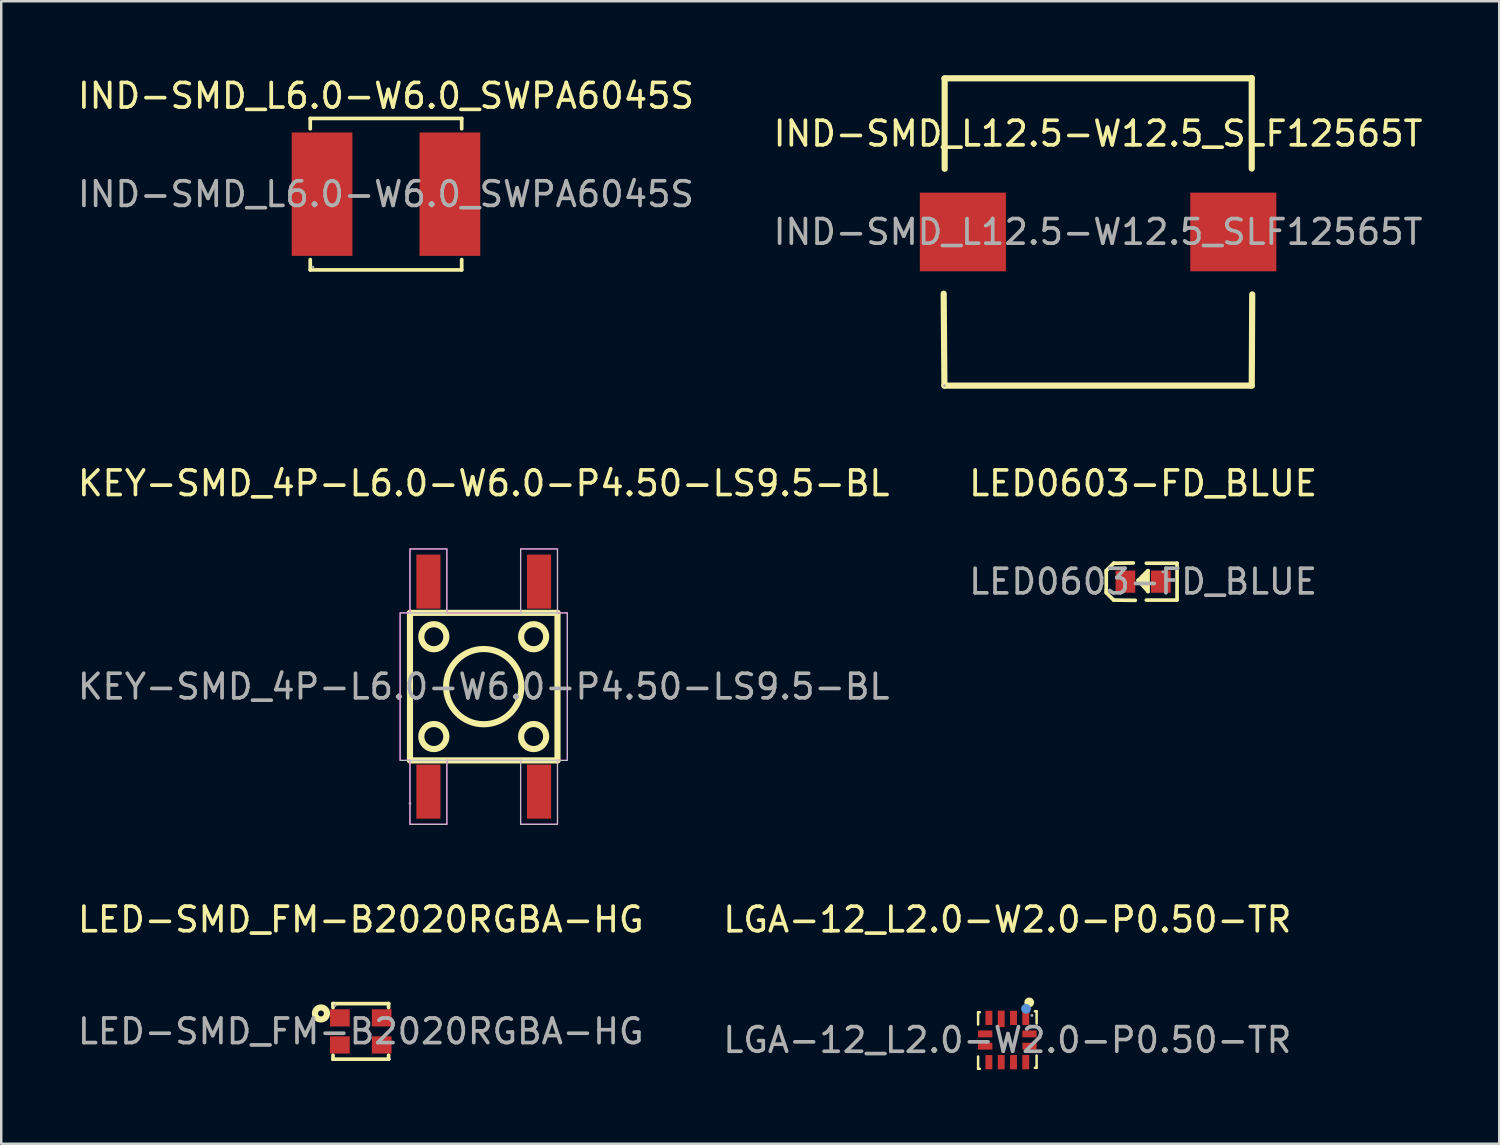
<source format=kicad_pcb>
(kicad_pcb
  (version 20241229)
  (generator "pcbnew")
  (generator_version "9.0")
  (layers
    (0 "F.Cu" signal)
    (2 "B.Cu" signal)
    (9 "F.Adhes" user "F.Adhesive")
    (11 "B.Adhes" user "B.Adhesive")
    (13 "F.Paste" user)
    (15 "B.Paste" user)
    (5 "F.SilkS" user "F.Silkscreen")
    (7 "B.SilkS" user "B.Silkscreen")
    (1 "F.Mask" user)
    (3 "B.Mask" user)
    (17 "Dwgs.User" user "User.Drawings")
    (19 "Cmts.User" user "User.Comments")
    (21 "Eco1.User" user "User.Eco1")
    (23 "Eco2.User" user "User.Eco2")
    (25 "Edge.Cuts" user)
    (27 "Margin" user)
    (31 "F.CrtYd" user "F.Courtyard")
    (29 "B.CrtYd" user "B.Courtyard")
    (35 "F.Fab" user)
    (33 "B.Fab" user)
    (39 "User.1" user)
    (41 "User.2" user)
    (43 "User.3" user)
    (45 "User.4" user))
  (footprint "LED-SMD_FM-B2020RGBA-HG"
    (layer "F.Cu")
    (at 11.625 38.901)
    (property "Reference" "LED-SMD_FM-B2020RGBA-HG" (at 0 -4.55 0) (layer "F.SilkS") (effects (font (size 1 1) (thickness 0.15))))
    (attr through_hole)
    (fp_line (start -1.13 -1.13) (end -1.13 -1.13) (stroke (width 0.15) (type solid)) (layer "F.SilkS"))
    (fp_line (start -1.13 -1.13) (end 1.13 -1.13) (stroke (width 0.15) (type solid)) (layer "F.SilkS"))
    (fp_line (start -1.13 -0.97) (end -1.13 -1.13) (stroke (width 0.15) (type solid)) (layer "F.SilkS"))
    (fp_line (start -1.13 0.97) (end -1.13 1.13) (stroke (width 0.15) (type solid)) (layer "F.SilkS"))
    (fp_line (start -1.13 1.13) (end -1.13 1.13) (stroke (width 0.15) (type solid)) (layer "F.SilkS"))
    (fp_line (start -1.13 1.13) (end 1.13 1.13) (stroke (width 0.15) (type solid)) (layer "F.SilkS"))
    (fp_line (start 1.13 -1.13) (end 1.13 -1.13) (stroke (width 0.15) (type solid)) (layer "F.SilkS"))
    (fp_line (start 1.13 -1.13) (end 1.13 -0.97) (stroke (width 0.15) (type solid)) (layer "F.SilkS"))
    (fp_line (start 1.13 1.13) (end 1.13 0.97) (stroke (width 0.15) (type solid)) (layer "F.SilkS"))
    (fp_line (start 1.13 1.13) (end 1.13 1.13) (stroke (width 0.15) (type solid)) (layer "F.SilkS"))
    (fp_circle (center -1.62 -0.73) (end -1.5 -0.73) (stroke (width 0.25) (type solid)) (fill no) (layer "F.SilkS"))
    (fp_circle (center -1.05 -1.05) (end -1.02 -1.05) (stroke (width 0.06) (type solid)) (fill no) (layer "F.Fab"))
    (fp_text user "${REFERENCE}" (at 0 0 0) (layer "F.Fab") (effects (font (size 1 1) (thickness 0.15))))
    (pad "1" smd rect (at -0.85 -0.55 270) (size 0.7 0.8) (layers "F.Cu" "F.Mask" "F.Paste"))
    (pad "2" smd rect (at 0.85 -0.55 270) (size 0.7 0.8) (layers "F.Cu" "F.Mask" "F.Paste"))
    (pad "3" smd rect (at 0.85 0.55 270) (size 0.7 0.8) (layers "F.Cu" "F.Mask" "F.Paste"))
    (pad "4" smd rect (at -0.85 0.55 270) (size 0.7 0.8) (layers "F.Cu" "F.Mask" "F.Paste")))
  (footprint "KEY-SMD_4P-L6.0-W6.0-P4.50-LS9.5-BL"
    (layer "F.Cu")
    (at 16.625 24.878)
    (property "Reference" "KEY-SMD_4P-L6.0-W6.0-P4.50-LS9.5-BL" (at 0 -8.27 0) (layer "F.SilkS") (effects (font (size 1 1) (thickness 0.15))))
    (attr smd)
    (fp_line (start -3 -3) (end 3 -3) (stroke (width 0.25) (type solid)) (layer "F.SilkS"))
    (fp_line (start -3 3) (end -3 -3) (stroke (width 0.25) (type solid)) (layer "F.SilkS"))
    (fp_line (start 3 -3) (end 3 3) (stroke (width 0.25) (type solid)) (layer "F.SilkS"))
    (fp_line (start 3 3) (end -3 3) (stroke (width 0.25) (type solid)) (layer "F.SilkS"))
    (fp_circle (center -2.03 -2.03) (end -1.52 -2.03) (stroke (width 0.25) (type solid)) (fill no) (layer "F.SilkS"))
    (fp_circle (center -2.03 2.03) (end -1.52 2.03) (stroke (width 0.25) (type solid)) (fill no) (layer "F.SilkS"))
    (fp_circle (center 0 0) (end 1.53 0) (stroke (width 0.25) (type solid)) (fill no) (layer "F.SilkS"))
    (fp_circle (center 2.03 -2.03) (end 2.54 -2.03) (stroke (width 0.25) (type solid)) (fill no) (layer "F.SilkS"))
    (fp_circle (center 2.03 2.03) (end 2.54 2.03) (stroke (width 0.25) (type solid)) (fill no) (layer "F.SilkS"))
    (fp_rect (start -3.4 -3) (end 3.4 3) (stroke (width 0.05) (type default)) (fill no) (layer "Dwgs.User"))
    (fp_rect (start -3 -5.6) (end -1.5 -3) (stroke (width 0.05) (type default)) (fill no) (layer "Dwgs.User"))
    (fp_rect (start -3 3) (end -1.5 5.6) (stroke (width 0.05) (type default)) (fill no) (layer "Dwgs.User"))
    (fp_rect (start 1.5 3) (end 3 5.6) (stroke (width 0.05) (type default)) (fill no) (layer "Dwgs.User"))
    (fp_rect (start 3 -5.6) (end 1.5 -3) (stroke (width 0.05) (type default)) (fill no) (layer "Dwgs.User"))
    (fp_line (start -3.4 -3) (end -3 -3) (stroke (width 0.05) (type default)) (layer "F.CrtYd"))
    (fp_line (start -3.4 3) (end -3.4 -3) (stroke (width 0.05) (type default)) (layer "F.CrtYd"))
    (fp_line (start -3 -5.6) (end -1.5 -5.6) (stroke (width 0.05) (type default)) (layer "F.CrtYd"))
    (fp_line (start -3 -3) (end -3 -5.6) (stroke (width 0.05) (type default)) (layer "F.CrtYd"))
    (fp_line (start -3 3) (end -3.4 3) (stroke (width 0.05) (type default)) (layer "F.CrtYd"))
    (fp_line (start -3 5.6) (end -3 3) (stroke (width 0.05) (type default)) (layer "F.CrtYd"))
    (fp_line (start -1.5 -5.6) (end -1.5 -3) (stroke (width 0.05) (type default)) (layer "F.CrtYd"))
    (fp_line (start -1.5 -3) (end 1.5 -3) (stroke (width 0.05) (type default)) (layer "F.CrtYd"))
    (fp_line (start -1.5 3) (end -1.5 5.6) (stroke (width 0.05) (type default)) (layer "F.CrtYd"))
    (fp_line (start -1.5 5.6) (end -3 5.6) (stroke (width 0.05) (type default)) (layer "F.CrtYd"))
    (fp_line (start 1.5 -5.6) (end 3 -5.6) (stroke (width 0.05) (type default)) (layer "F.CrtYd"))
    (fp_line (start 1.5 -3) (end 1.5 -5.6) (stroke (width 0.05) (type default)) (layer "F.CrtYd"))
    (fp_line (start 1.5 3) (end -1.5 3) (stroke (width 0.05) (type default)) (layer "F.CrtYd"))
    (fp_line (start 1.5 5.6) (end 1.5 3) (stroke (width 0.05) (type default)) (layer "F.CrtYd"))
    (fp_line (start 3 -5.6) (end 3 -3) (stroke (width 0.05) (type default)) (layer "F.CrtYd"))
    (fp_line (start 3 -3) (end 3.4 -3) (stroke (width 0.05) (type default)) (layer "F.CrtYd"))
    (fp_line (start 3 3) (end 3 5.6) (stroke (width 0.05) (type default)) (layer "F.CrtYd"))
    (fp_line (start 3 5.6) (end 1.5 5.6) (stroke (width 0.05) (type default)) (layer "F.CrtYd"))
    (fp_line (start 3.4 -3) (end 3.4 3) (stroke (width 0.05) (type default)) (layer "F.CrtYd"))
    (fp_line (start 3.4 3) (end 3 3) (stroke (width 0.05) (type default)) (layer "F.CrtYd"))
    (fp_circle (center -3 4.75) (end -2.97 4.75) (stroke (width 0.06) (type solid)) (fill no) (layer "F.Fab"))
    (fp_text user "${REFERENCE}" (at 0 0 0) (layer "F.Fab") (effects (font (size 1 1) (thickness 0.15))))
    (pad "1" smd rect (at -2.25 4.27) (size 0.98 2.2) (layers "F.Cu" "F.Mask" "F.Paste"))
    (pad "2" smd rect (at -2.25 -4.27) (size 0.98 2.2) (layers "F.Cu" "F.Mask" "F.Paste"))
    (pad "3" smd rect (at 2.25 4.27) (size 0.98 2.2) (layers "F.Cu" "F.Mask" "F.Paste"))
    (pad "4" smd rect (at 2.25 -4.27) (size 0.98 2.2) (layers "F.Cu" "F.Mask" "F.Paste")))
  (footprint "LED0603-FD_BLUE"
    (layer "F.Cu")
    (at 43.446 20.608)
    (property "Reference" "LED0603-FD_BLUE" (at 0 -4 0) (layer "F.SilkS") (effects (font (size 1 1) (thickness 0.15))))
    (attr through_hole)
    (fp_line (start -1.5 -0.45) (end -1.2 -0.75) (stroke (width 0.15) (type solid)) (layer "F.SilkS"))
    (fp_line (start -1.5 -0.35) (end -1.5 -0.45) (stroke (width 0.15) (type solid)) (layer "F.SilkS"))
    (fp_line (start -1.5 -0.35) (end -1.5 0.35) (stroke (width 0.15) (type solid)) (layer "F.SilkS"))
    (fp_line (start -1.5 0.35) (end -1.5 0.45) (stroke (width 0.15) (type solid)) (layer "F.SilkS"))
    (fp_line (start -1.5 0.45) (end -1.2 0.75) (stroke (width 0.15) (type solid)) (layer "F.SilkS"))
    (fp_line (start -0.4 -0.76) (end -1.2 -0.75) (stroke (width 0.15) (type solid)) (layer "F.SilkS"))
    (fp_line (start -0.32 0.76) (end -1.2 0.75) (stroke (width 0.15) (type solid)) (layer "F.SilkS"))
    (fp_line (start -0.2 -0.05) (end 0.2 0.4) (stroke (width 0.15) (type solid)) (layer "F.SilkS"))
    (fp_line (start -0.04 -0.21) (end -0.04 0.1) (stroke (width 0.15) (type solid)) (layer "F.SilkS"))
    (fp_line (start -0.04 0.1) (end -0.05 0.1) (stroke (width 0.15) (type solid)) (layer "F.SilkS"))
    (fp_line (start 0.09 -0.34) (end 0.09 0.15) (stroke (width 0.15) (type solid)) (layer "F.SilkS"))
    (fp_line (start 0.09 0.15) (end 0.04 0.19) (stroke (width 0.15) (type solid)) (layer "F.SilkS"))
    (fp_line (start 0.1 -0.05) (end -0.2 -0.05) (stroke (width 0.15) (type solid)) (layer "F.SilkS"))
    (fp_line (start 0.13 -0.75) (end 1.38 -0.75) (stroke (width 0.15) (type solid)) (layer "F.SilkS"))
    (fp_line (start 0.13 0.75) (end 1.38 0.75) (stroke (width 0.15) (type solid)) (layer "F.SilkS"))
    (fp_line (start 0.19 -0.44) (end -0.2 -0.05) (stroke (width 0.15) (type solid)) (layer "F.SilkS"))
    (fp_line (start 0.2 0.4) (end 0.2 -0.45) (stroke (width 0.15) (type solid)) (layer "F.SilkS"))
    (fp_line (start 1.38 -0.75) (end 1.38 0.73) (stroke (width 0.15) (type solid)) (layer "F.SilkS"))
    (fp_circle (center 0.8 -0.4) (end 0.83 -0.4) (stroke (width 0.06) (type solid)) (fill no) (layer "F.Fab"))
    (fp_text user "${REFERENCE}" (at 0 0 0) (layer "F.Fab") (effects (font (size 1 1) (thickness 0.15))))
    (pad "1" smd rect (at -0.72 0 180) (size 0.8 0.9) (layers "F.Cu" "F.Mask" "F.Paste"))
    (pad "2" smd rect (at 0.72 0 180) (size 0.8 0.9) (layers "F.Cu" "F.Mask" "F.Paste")))
  (footprint "LGA-12_L2.0-W2.0-P0.50-TR"
    (layer "F.Cu")
    (at 37.923 39.252)
    (property "Reference" "LGA-12_L2.0-W2.0-P0.50-TR" (at 0 -4.9 0) (layer "F.SilkS") (effects (font (size 1 1) (thickness 0.15))))
    (attr through_hole)
    (fp_line (start -1.19 -1.13) (end -1.19 -0.63) (stroke (width 0.1) (type solid)) (layer "F.SilkS"))
    (fp_line (start -1.19 1.17) (end -1.19 0.67) (stroke (width 0.1) (type solid)) (layer "F.SilkS"))
    (fp_line (start -1.12 -1.13) (end -1.19 -1.13) (stroke (width 0.1) (type solid)) (layer "F.SilkS"))
    (fp_line (start -1.12 1.17) (end -1.19 1.17) (stroke (width 0.1) (type solid)) (layer "F.SilkS"))
    (fp_line (start 1.12 -1.17) (end 1.19 -1.17) (stroke (width 0.1) (type solid)) (layer "F.SilkS"))
    (fp_line (start 1.12 1.13) (end 1.19 1.13) (stroke (width 0.1) (type solid)) (layer "F.SilkS"))
    (fp_line (start 1.19 -1.17) (end 1.19 -0.67) (stroke (width 0.1) (type solid)) (layer "F.SilkS"))
    (fp_line (start 1.19 1.13) (end 1.19 0.63) (stroke (width 0.1) (type solid)) (layer "F.SilkS"))
    (fp_circle (center 0.89 -1.53) (end 0.99 -1.53) (stroke (width 0.2) (type solid)) (fill no) (layer "F.SilkS"))
    (fp_circle (center 0.76 -1.27) (end 0.86 -1.27) (stroke (width 0.2) (type solid)) (fill no) (layer "Cmts.User"))
    (fp_circle (center 1 -1) (end 1.03 -1) (stroke (width 0.06) (type solid)) (fill no) (layer "F.Fab"))
    (fp_text user "${REFERENCE}" (at 0 0 0) (layer "F.Fab") (effects (font (size 1 1) (thickness 0.15))))
    (pad "1" smd rect (at 0.75 -0.9) (size 0.28 0.58) (layers "F.Cu" "F.Mask" "F.Paste"))
    (pad "2" smd rect (at 0.25 -0.9) (size 0.28 0.58) (layers "F.Cu" "F.Mask" "F.Paste"))
    (pad "3" smd rect (at -0.25 -0.86) (size 0.28 0.67) (layers "F.Cu" "F.Mask" "F.Paste"))
    (pad "4" smd rect (at -0.75 -0.9) (size 0.28 0.58) (layers "F.Cu" "F.Mask" "F.Paste"))
    (pad "5" smd rect (at -0.9 -0.25) (size 0.58 0.28) (layers "F.Cu" "F.Mask" "F.Paste"))
    (pad "6" smd rect (at -0.9 0.25) (size 0.58 0.28) (layers "F.Cu" "F.Mask" "F.Paste"))
    (pad "7" smd rect (at -0.75 0.9) (size 0.28 0.58) (layers "F.Cu" "F.Mask" "F.Paste"))
    (pad "8" smd rect (at -0.25 0.9) (size 0.28 0.58) (layers "F.Cu" "F.Mask" "F.Paste"))
    (pad "9" smd rect (at 0.25 0.9) (size 0.28 0.58) (layers "F.Cu" "F.Mask" "F.Paste"))
    (pad "10" smd rect (at 0.75 0.9) (size 0.28 0.58) (layers "F.Cu" "F.Mask" "F.Paste"))
    (pad "11" smd rect (at 0.9 0.25) (size 0.58 0.28) (layers "F.Cu" "F.Mask" "F.Paste"))
    (pad "12" smd rect (at 0.9 -0.25) (size 0.58 0.28) (layers "F.Cu" "F.Mask" "F.Paste")))
  (footprint "IND-SMD_L6.0-W6.0_SWPA6045S"
    (layer "F.Cu")
    (at 12.649 4.848)
    (property "Reference" "IND-SMD_L6.0-W6.0_SWPA6045S" (at 0 -4 0) (layer "F.SilkS") (effects (font (size 1 1) (thickness 0.15))))
    (attr through_hole)
    (fp_line (start -3.08 -3.08) (end 3.08 -3.08) (stroke (width 0.15) (type solid)) (layer "F.SilkS"))
    (fp_line (start -3.08 -2.66) (end -3.08 -3.08) (stroke (width 0.15) (type solid)) (layer "F.SilkS"))
    (fp_line (start -3.08 2.66) (end -3.08 3.08) (stroke (width 0.15) (type solid)) (layer "F.SilkS"))
    (fp_line (start -3.08 3.08) (end 3.08 3.08) (stroke (width 0.15) (type solid)) (layer "F.SilkS"))
    (fp_line (start 3.08 -3.08) (end 3.08 -2.66) (stroke (width 0.15) (type solid)) (layer "F.SilkS"))
    (fp_line (start 3.08 3.08) (end 3.08 2.66) (stroke (width 0.15) (type solid)) (layer "F.SilkS"))
    (fp_circle (center -2.97 2.97) (end -2.94 2.97) (stroke (width 0.06) (type solid)) (fill no) (layer "F.Fab"))
    (fp_text user "${REFERENCE}" (at 0 0 0) (layer "F.Fab") (effects (font (size 1 1) (thickness 0.15))))
    (pad "1" smd rect (at -2.6 0 180) (size 2.47 5.02) (layers "F.Cu" "F.Mask" "F.Paste"))
    (pad "2" smd rect (at 2.6 0 180) (size 2.47 5.02) (layers "F.Cu" "F.Mask" "F.Paste")))
  (footprint "IND-SMD_L12.5-W12.5_SLF12565T"
    (layer "F.Cu")
    (at 41.613 6.385)
    (property "Reference" "IND-SMD_L12.5-W12.5_SLF12565T" (at 0 -4 0) (layer "F.SilkS") (effects (font (size 1 1) (thickness 0.15))))
    (attr smd)
    (fp_line (start -6.28 2.51) (end -6.25 6.25) (stroke (width 0.25) (type solid)) (layer "F.SilkS"))
    (fp_line (start -6.25 -6.25) (end 6.25 -6.25) (stroke (width 0.25) (type solid)) (layer "F.SilkS"))
    (fp_line (start -6.25 6.25) (end 6.25 6.25) (stroke (width 0.25) (type solid)) (layer "F.SilkS"))
    (fp_line (start -6.24 -6.24) (end -6.24 -2.57) (stroke (width 0.25) (type solid)) (layer "F.SilkS"))
    (fp_line (start 6.25 -6.26) (end 6.25 -2.58) (stroke (width 0.25) (type solid)) (layer "F.SilkS"))
    (fp_line (start 6.25 6.25) (end 6.27 2.54) (stroke (width 0.25) (type solid)) (layer "F.SilkS"))
    (fp_circle (center -6.25 6.25) (end -6.22 6.25) (stroke (width 0.06) (type solid)) (fill no) (layer "F.Fab"))
    (fp_text user "${REFERENCE}" (at 0 0 0) (layer "F.Fab") (effects (font (size 1 1) (thickness 0.15))))
    (pad "1" smd rect (at -5.5 0) (size 3.5 3.2) (layers "F.Cu" "F.Mask" "F.Paste"))
    (pad "2" smd rect (at 5.5 0) (size 3.5 3.2) (layers "F.Cu" "F.Mask" "F.Paste")))
  (gr_rect
    (start -3 -3)
    (end 57.929 43.471)
    (stroke (width 0.1) (type default))
    (fill no)
    (layer "Edge.Cuts")))
</source>
